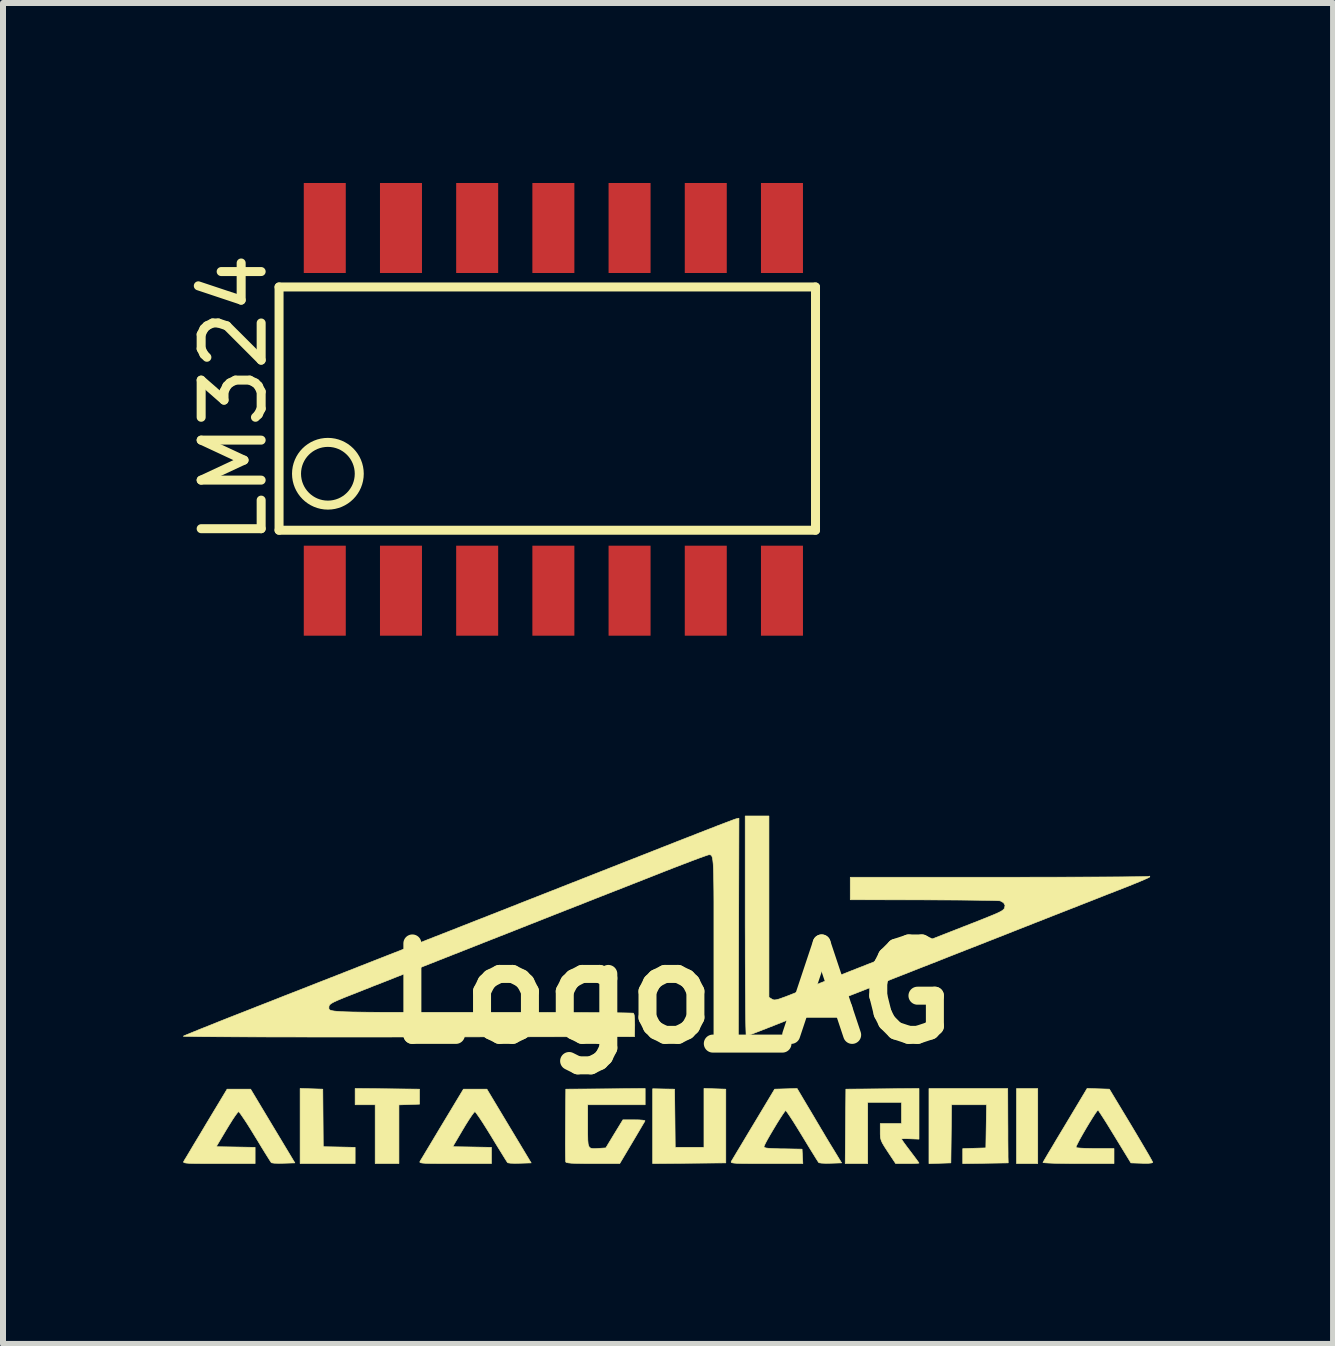
<source format=kicad_pcb>
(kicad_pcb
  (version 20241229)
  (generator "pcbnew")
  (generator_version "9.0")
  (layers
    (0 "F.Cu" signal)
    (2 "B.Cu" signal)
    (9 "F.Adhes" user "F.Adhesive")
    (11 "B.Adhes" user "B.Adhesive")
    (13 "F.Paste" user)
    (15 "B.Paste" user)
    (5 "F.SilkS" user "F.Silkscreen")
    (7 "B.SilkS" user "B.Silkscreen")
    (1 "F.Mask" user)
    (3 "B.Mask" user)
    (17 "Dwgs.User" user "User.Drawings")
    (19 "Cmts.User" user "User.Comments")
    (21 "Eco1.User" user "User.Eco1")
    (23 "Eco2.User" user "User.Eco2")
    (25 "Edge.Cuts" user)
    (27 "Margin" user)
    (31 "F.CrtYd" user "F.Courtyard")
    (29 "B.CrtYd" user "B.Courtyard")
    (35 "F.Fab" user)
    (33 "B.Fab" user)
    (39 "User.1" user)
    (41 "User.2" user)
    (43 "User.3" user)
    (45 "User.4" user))
  (footprint "LM324"
    (layer "F.Cu")
    (at 6.173 3.595)
    (property "Reference" "LM324" (at -5.325 0 90) (layer "F.SilkS") (effects (font (size 1 1) (thickness 0.15))))
    (attr through_hole)
    (fp_line (start -4.572 -1.862) (end -4.572 2.192) (stroke (width 0.15) (type solid)) (layer "F.SilkS"))
    (fp_line (start -4.572 2.192) (end 4.369 2.192) (stroke (width 0.15) (type solid)) (layer "F.SilkS"))
    (fp_line (start 4.369 -1.862) (end -4.572 -1.862) (stroke (width 0.15) (type solid)) (layer "F.SilkS"))
    (fp_line (start 4.369 2.192) (end 4.369 -1.862) (stroke (width 0.15) (type solid)) (layer "F.SilkS"))
    (fp_circle (center -3.758 1.251) (end -4.215 1.505) (stroke (width 0.15) (type solid)) (fill no) (layer "F.SilkS"))
    (pad "1" smd rect (at -3.81 3.2 90) (size 1.5 0.7) (layers "F.Cu" "F.Mask" "F.Paste"))
    (pad "2" smd rect (at -2.54 3.2 90) (size 1.5 0.7) (layers "F.Cu" "F.Mask" "F.Paste"))
    (pad "3" smd rect (at -1.27 3.2 90) (size 1.5 0.7) (layers "F.Cu" "F.Mask" "F.Paste"))
    (pad "4" smd rect (at 0 3.2 90) (size 1.5 0.7) (layers "F.Cu" "F.Mask" "F.Paste"))
    (pad "5" smd rect (at 1.27 3.2 90) (size 1.5 0.7) (layers "F.Cu" "F.Mask" "F.Paste"))
    (pad "6" smd rect (at 2.54 3.2 90) (size 1.5 0.7) (layers "F.Cu" "F.Mask" "F.Paste"))
    (pad "7" smd rect (at 3.81 3.2 90) (size 1.5 0.7) (layers "F.Cu" "F.Mask" "F.Paste"))
    (pad "8" smd rect (at 3.81 -2.845 90) (size 1.5 0.7) (layers "F.Cu" "F.Mask" "F.Paste"))
    (pad "9" smd rect (at 2.54 -2.845 90) (size 1.5 0.7) (layers "F.Cu" "F.Mask" "F.Paste"))
    (pad "10" smd rect (at 1.27 -2.845 90) (size 1.5 0.7) (layers "F.Cu" "F.Mask" "F.Paste"))
    (pad "11" smd rect (at 0 -2.845 90) (size 1.5 0.7) (layers "F.Cu" "F.Mask" "F.Paste"))
    (pad "12" smd rect (at -1.27 -2.845 90) (size 1.5 0.7) (layers "F.Cu" "F.Mask" "F.Paste"))
    (pad "13" smd rect (at -2.54 -2.845 90) (size 1.5 0.7) (layers "F.Cu" "F.Mask" "F.Paste"))
    (pad "14" smd rect (at -3.81 -2.845 90) (size 1.5 0.7) (layers "F.Cu" "F.Mask" "F.Paste")))
  (footprint "Logo_AG"
    (layer "F.Cu")
    (at 8.141 13.509)
    (property "Reference" "Logo_AG" (at 0 0 0) (layer "F.SilkS") (effects (font (size 1.524 1.524) (thickness 0.3))))
    (attr through_hole)
    (fp_poly (pts (xy 6.105 2.834) (xy 5.751 2.834) (xy 5.751 1.584) (xy 6.105 1.584) (xy 6.105 2.834)) (stroke (width 0.01) (type solid)) (fill yes) (layer "F.SilkS"))
    (fp_poly (pts (xy -6 1.588) (xy -5.811 1.594) (xy -5.807 2.073) (xy -5.803 2.553) (xy -5.537 2.558) (xy -5.272 2.564) (xy -5.272 2.834) (xy -6.189 2.834) (xy -6.189 1.582) (xy -6 1.588)) (stroke (width 0.01) (type solid)) (fill yes) (layer "F.SilkS"))
    (fp_poly (pts (xy -4.735 1.588) (xy -4.199 1.594) (xy -4.199 1.844) (xy -4.371 1.85) (xy -4.542 1.856) (xy -4.542 2.834) (xy -4.938 2.834) (xy -4.938 1.854) (xy -5.272 1.854) (xy -5.272 1.583) (xy -4.735 1.588)) (stroke (width 0.01) (type solid)) (fill yes) (layer "F.SilkS"))
    (fp_poly (pts (xy 0.724 1.588) (xy 0.906 1.594) (xy 0.906 2.823) (xy -0.313 2.834) (xy -0.313 1.587) (xy -0.13 1.591) (xy 0.052 1.594) (xy 0.058 2.078) (xy 0.063 2.563) (xy 0.542 2.563) (xy 0.542 1.582) (xy 0.724 1.588)) (stroke (width 0.01) (type solid)) (fill yes) (layer "F.SilkS"))
    (fp_poly (pts (xy 5.607 2.136) (xy 5.608 2.287) (xy 5.608 2.428) (xy 5.609 2.551) (xy 5.61 2.652) (xy 5.61 2.723) (xy 5.611 2.756) (xy 5.613 2.823) (xy 5.234 2.829) (xy 4.855 2.835) (xy 4.855 2.585) (xy 5.24 2.573) (xy 5.246 2.214) (xy 5.252 1.854) (xy 4.668 1.854) (xy 4.663 2.339) (xy 4.657 2.823) (xy 4.475 2.829) (xy 4.292 2.835) (xy 4.292 1.584) (xy 5.605 1.584) (xy 5.607 2.136)) (stroke (width 0.01) (type solid)) (fill yes) (layer "F.SilkS"))
    (fp_poly (pts (xy 4.126 2.427) (xy 3.98 2.421) (xy 3.908 2.419) (xy 3.856 2.42) (xy 3.834 2.424) (xy 3.834 2.425) (xy 3.846 2.445) (xy 3.878 2.491) (xy 3.926 2.556) (xy 3.98 2.627) (xy 4.037 2.703) (xy 4.084 2.766) (xy 4.115 2.809) (xy 4.126 2.826) (xy 4.106 2.829) (xy 4.055 2.832) (xy 3.979 2.834) (xy 3.931 2.834) (xy 3.737 2.834) (xy 3.608 2.64) (xy 3.552 2.554) (xy 3.515 2.492) (xy 3.494 2.444) (xy 3.483 2.399) (xy 3.48 2.346) (xy 3.48 2.306) (xy 3.48 2.167) (xy 3.834 2.167) (xy 3.834 1.813) (xy 3.271 1.813) (xy 3.271 2.834) (xy 2.896 2.834) (xy 2.907 1.594) (xy 4.126 1.583) (xy 4.126 2.427)) (stroke (width 0.01) (type solid)) (fill yes) (layer "F.SilkS"))
    (fp_poly (pts (xy -0.438 1.854) (xy -1.396 1.854) (xy -1.396 2.208) (xy -1.396 2.344) (xy -1.394 2.443) (xy -1.388 2.511) (xy -1.373 2.554) (xy -1.348 2.577) (xy -1.31 2.585) (xy -1.255 2.584) (xy -1.197 2.58) (xy -1.094 2.573) (xy -0.952 2.339) (xy -0.809 2.105) (xy -0.622 2.105) (xy -0.54 2.106) (xy -0.478 2.111) (xy -0.444 2.118) (xy -0.441 2.122) (xy -0.453 2.144) (xy -0.484 2.196) (xy -0.529 2.273) (xy -0.585 2.368) (xy -0.649 2.476) (xy -0.655 2.486) (xy -0.862 2.834) (xy -1.307 2.834) (xy -1.463 2.833) (xy -1.582 2.831) (xy -1.667 2.828) (xy -1.723 2.822) (xy -1.753 2.815) (xy -1.762 2.807) (xy -1.764 2.781) (xy -1.766 2.717) (xy -1.767 2.624) (xy -1.768 2.505) (xy -1.767 2.367) (xy -1.766 2.215) (xy -1.766 2.188) (xy -1.761 1.594) (xy -1.099 1.589) (xy -0.438 1.583) (xy -0.438 1.854)) (stroke (width 0.01) (type solid)) (fill yes) (layer "F.SilkS"))
    (fp_poly (pts (xy -6.645 2.209) (xy -6.276 2.823) (xy -6.465 2.829) (xy -6.55 2.83) (xy -6.619 2.828) (xy -6.661 2.822) (xy -6.669 2.819) (xy -6.684 2.797) (xy -6.717 2.745) (xy -6.766 2.667) (xy -6.826 2.57) (xy -6.894 2.457) (xy -6.938 2.386) (xy -7.01 2.268) (xy -7.076 2.163) (xy -7.134 2.076) (xy -7.178 2.012) (xy -7.207 1.975) (xy -7.215 1.969) (xy -7.233 1.986) (xy -7.268 2.033) (xy -7.316 2.104) (xy -7.372 2.194) (xy -7.413 2.261) (xy -7.587 2.553) (xy -7.263 2.558) (xy -6.939 2.564) (xy -6.939 2.834) (xy -7.544 2.834) (xy -7.718 2.834) (xy -7.855 2.833) (xy -7.959 2.832) (xy -8.034 2.83) (xy -8.085 2.826) (xy -8.115 2.821) (xy -8.129 2.815) (xy -8.132 2.806) (xy -8.128 2.797) (xy -8.113 2.771) (xy -8.078 2.714) (xy -8.028 2.63) (xy -7.965 2.524) (xy -7.89 2.4) (xy -7.808 2.263) (xy -7.757 2.177) (xy -7.406 1.594) (xy -7.014 1.594) (xy -6.645 2.209)) (stroke (width 0.01) (type solid)) (fill yes) (layer "F.SilkS"))
    (fp_poly (pts (xy -2.707 2.209) (xy -2.338 2.823) (xy -2.527 2.829) (xy -2.612 2.83) (xy -2.681 2.828) (xy -2.723 2.822) (xy -2.731 2.819) (xy -2.746 2.797) (xy -2.779 2.745) (xy -2.827 2.667) (xy -2.887 2.57) (xy -2.956 2.457) (xy -2.999 2.386) (xy -3.072 2.268) (xy -3.138 2.163) (xy -3.195 2.076) (xy -3.24 2.012) (xy -3.268 1.975) (xy -3.276 1.969) (xy -3.294 1.986) (xy -3.329 2.033) (xy -3.377 2.105) (xy -3.433 2.194) (xy -3.473 2.261) (xy -3.645 2.553) (xy -3.323 2.558) (xy -3 2.564) (xy -3 2.834) (xy -3.605 2.834) (xy -3.78 2.834) (xy -3.917 2.833) (xy -4.021 2.832) (xy -4.096 2.83) (xy -4.147 2.826) (xy -4.177 2.821) (xy -4.191 2.815) (xy -4.194 2.806) (xy -4.19 2.797) (xy -4.175 2.771) (xy -4.14 2.714) (xy -4.09 2.63) (xy -4.026 2.524) (xy -3.952 2.4) (xy -3.87 2.263) (xy -3.818 2.177) (xy -3.467 1.594) (xy -3.076 1.594) (xy -2.707 2.209)) (stroke (width 0.01) (type solid)) (fill yes) (layer "F.SilkS"))
    (fp_poly (pts (xy 7.114 1.588) (xy 7.299 1.594) (xy 7.661 2.194) (xy 7.747 2.338) (xy 7.825 2.47) (xy 7.894 2.587) (xy 7.951 2.684) (xy 7.992 2.757) (xy 8.017 2.803) (xy 8.022 2.815) (xy 8.002 2.824) (xy 7.948 2.83) (xy 7.865 2.83) (xy 7.84 2.829) (xy 7.658 2.823) (xy 7.391 2.386) (xy 7.317 2.265) (xy 7.25 2.156) (xy 7.192 2.065) (xy 7.147 1.996) (xy 7.119 1.954) (xy 7.11 1.943) (xy 7.094 1.958) (xy 7.062 2.002) (xy 7.019 2.069) (xy 6.968 2.151) (xy 6.914 2.241) (xy 6.861 2.332) (xy 6.813 2.417) (xy 6.775 2.489) (xy 6.749 2.541) (xy 6.742 2.565) (xy 6.742 2.565) (xy 6.766 2.572) (xy 6.824 2.577) (xy 6.908 2.581) (xy 7.012 2.583) (xy 7.065 2.584) (xy 7.376 2.584) (xy 7.376 2.834) (xy 6.781 2.834) (xy 6.628 2.833) (xy 6.491 2.831) (xy 6.374 2.829) (xy 6.281 2.825) (xy 6.219 2.821) (xy 6.193 2.817) (xy 6.192 2.816) (xy 6.204 2.794) (xy 6.235 2.741) (xy 6.282 2.661) (xy 6.344 2.558) (xy 6.416 2.436) (xy 6.498 2.3) (xy 6.564 2.19) (xy 6.928 1.582) (xy 7.114 1.588)) (stroke (width 0.01) (type solid)) (fill yes) (layer "F.SilkS"))
    (fp_poly (pts (xy 2.25 1.846) (xy 2.314 1.953) (xy 2.377 2.059) (xy 2.433 2.154) (xy 2.476 2.226) (xy 2.482 2.237) (xy 2.524 2.307) (xy 2.579 2.4) (xy 2.641 2.503) (xy 2.697 2.594) (xy 2.836 2.823) (xy 2.654 2.829) (xy 2.571 2.83) (xy 2.503 2.827) (xy 2.462 2.821) (xy 2.455 2.818) (xy 2.44 2.796) (xy 2.406 2.743) (xy 2.358 2.665) (xy 2.297 2.567) (xy 2.228 2.453) (xy 2.18 2.374) (xy 2.107 2.255) (xy 2.041 2.149) (xy 1.984 2.061) (xy 1.94 1.996) (xy 1.912 1.958) (xy 1.904 1.95) (xy 1.887 1.968) (xy 1.854 2.015) (xy 1.809 2.084) (xy 1.757 2.167) (xy 1.703 2.257) (xy 1.65 2.346) (xy 1.603 2.428) (xy 1.567 2.495) (xy 1.546 2.54) (xy 1.542 2.553) (xy 1.549 2.565) (xy 1.574 2.574) (xy 1.623 2.58) (xy 1.701 2.584) (xy 1.813 2.588) (xy 1.86 2.588) (xy 2.177 2.594) (xy 2.19 2.834) (xy 1.584 2.834) (xy 1.409 2.834) (xy 1.272 2.833) (xy 1.168 2.832) (xy 1.093 2.83) (xy 1.042 2.826) (xy 1.012 2.821) (xy 0.997 2.815) (xy 0.995 2.806) (xy 0.998 2.797) (xy 1.014 2.771) (xy 1.048 2.714) (xy 1.098 2.63) (xy 1.162 2.524) (xy 1.236 2.4) (xy 1.318 2.263) (xy 1.37 2.177) (xy 1.72 1.594) (xy 2.094 1.583) (xy 2.25 1.846)) (stroke (width 0.01) (type solid)) (fill yes) (layer "F.SilkS"))
    (fp_poly (pts (xy 1.625 0.062) (xy 1.674 0.093) (xy 1.693 0.103) (xy 1.715 0.107) (xy 1.746 0.104) (xy 1.793 0.092) (xy 1.86 0.068) (xy 1.954 0.033) (xy 2.079 -0.017) (xy 2.096 -0.023) (xy 2.238 -0.079) (xy 2.392 -0.14) (xy 2.543 -0.199) (xy 2.677 -0.253) (xy 2.75 -0.281) (xy 2.863 -0.325) (xy 3.001 -0.38) (xy 3.154 -0.44) (xy 3.309 -0.501) (xy 3.438 -0.552) (xy 3.556 -0.599) (xy 3.663 -0.641) (xy 3.764 -0.681) (xy 3.866 -0.721) (xy 3.972 -0.762) (xy 4.089 -0.808) (xy 4.221 -0.86) (xy 4.374 -0.92) (xy 4.552 -0.99) (xy 4.762 -1.072) (xy 4.876 -1.117) (xy 5.051 -1.185) (xy 5.191 -1.241) (xy 5.301 -1.285) (xy 5.384 -1.319) (xy 5.445 -1.346) (xy 5.487 -1.367) (xy 5.515 -1.384) (xy 5.533 -1.399) (xy 5.546 -1.414) (xy 5.551 -1.422) (xy 5.56 -1.47) (xy 5.535 -1.514) (xy 5.48 -1.544) (xy 5.478 -1.545) (xy 5.449 -1.547) (xy 5.381 -1.55) (xy 5.28 -1.552) (xy 5.148 -1.554) (xy 4.991 -1.556) (xy 4.81 -1.558) (xy 4.611 -1.559) (xy 4.398 -1.56) (xy 4.204 -1.561) (xy 2.98 -1.563) (xy 2.98 -1.938) (xy 5.433 -1.938) (xy 5.75 -1.938) (xy 6.057 -1.939) (xy 6.349 -1.939) (xy 6.625 -1.94) (xy 6.882 -1.941) (xy 7.118 -1.942) (xy 7.329 -1.943) (xy 7.513 -1.944) (xy 7.668 -1.946) (xy 7.79 -1.947) (xy 7.878 -1.949) (xy 7.928 -1.95) (xy 7.939 -1.951) (xy 7.973 -1.956) (xy 7.971 -1.944) (xy 7.97 -1.942) (xy 7.945 -1.928) (xy 7.887 -1.902) (xy 7.803 -1.866) (xy 7.698 -1.823) (xy 7.579 -1.775) (xy 7.553 -1.765) (xy 7.415 -1.711) (xy 7.255 -1.649) (xy 7.071 -1.576) (xy 6.859 -1.493) (xy 6.62 -1.399) (xy 6.349 -1.293) (xy 6.044 -1.173) (xy 5.704 -1.039) (xy 5.553 -0.979) (xy 5.428 -0.93) (xy 5.275 -0.87) (xy 5.103 -0.802) (xy 4.923 -0.732) (xy 4.745 -0.662) (xy 4.615 -0.611) (xy 4.452 -0.546) (xy 4.283 -0.48) (xy 4.119 -0.416) (xy 3.968 -0.356) (xy 3.838 -0.305) (xy 3.751 -0.271) (xy 3.652 -0.232) (xy 3.522 -0.181) (xy 3.371 -0.122) (xy 3.204 -0.056) (xy 3.032 0.011) (xy 2.862 0.078) (xy 2.834 0.089) (xy 2.652 0.16) (xy 2.455 0.238) (xy 2.254 0.317) (xy 2.06 0.393) (xy 1.883 0.463) (xy 1.742 0.519) (xy 1.609 0.571) (xy 1.489 0.618) (xy 1.388 0.657) (xy 1.31 0.687) (xy 1.261 0.704) (xy 1.247 0.708) (xy 1.244 0.688) (xy 1.242 0.629) (xy 1.239 0.534) (xy 1.237 0.407) (xy 1.235 0.249) (xy 1.234 0.065) (xy 1.232 -0.143) (xy 1.231 -0.371) (xy 1.23 -0.618) (xy 1.23 -0.88) (xy 1.229 -1.125) (xy 1.229 -2.959) (xy 1.625 -2.959) (xy 1.625 0.062)) (stroke (width 0.01) (type solid)) (fill yes) (layer "F.SilkS"))
    (fp_poly (pts (xy 1.12 -1.102) (xy 1.115 0.719) (xy 0.708 0.731) (xy 0.708 -0.766) (xy 0.708 -1.057) (xy 0.708 -1.308) (xy 0.708 -1.524) (xy 0.707 -1.706) (xy 0.705 -1.858) (xy 0.703 -1.982) (xy 0.7 -2.081) (xy 0.696 -2.158) (xy 0.69 -2.216) (xy 0.684 -2.257) (xy 0.675 -2.285) (xy 0.665 -2.301) (xy 0.653 -2.31) (xy 0.639 -2.313) (xy 0.623 -2.313) (xy 0.623 -2.313) (xy 0.597 -2.305) (xy 0.536 -2.284) (xy 0.445 -2.251) (xy 0.328 -2.207) (xy 0.189 -2.154) (xy 0.033 -2.094) (xy -0.136 -2.028) (xy -0.211 -1.998) (xy -0.397 -1.925) (xy -0.582 -1.852) (xy -0.76 -1.782) (xy -0.926 -1.717) (xy -1.072 -1.66) (xy -1.192 -1.613) (xy -1.281 -1.578) (xy -1.292 -1.573) (xy -1.362 -1.546) (xy -1.467 -1.504) (xy -1.603 -1.451) (xy -1.768 -1.386) (xy -1.957 -1.312) (xy -2.166 -1.229) (xy -2.392 -1.14) (xy -2.632 -1.045) (xy -2.882 -0.947) (xy -3.138 -0.846) (xy -3.396 -0.744) (xy -3.653 -0.643) (xy -3.906 -0.543) (xy -4.15 -0.447) (xy -4.382 -0.356) (xy -4.599 -0.27) (xy -4.796 -0.192) (xy -4.971 -0.124) (xy -5.119 -0.065) (xy -5.237 -0.018) (xy -5.321 0.015) (xy -5.332 0.019) (xy -5.463 0.071) (xy -5.559 0.111) (xy -5.627 0.142) (xy -5.671 0.167) (xy -5.696 0.188) (xy -5.707 0.208) (xy -5.709 0.227) (xy -5.709 0.24) (xy -5.709 0.251) (xy -5.706 0.262) (xy -5.697 0.271) (xy -5.682 0.279) (xy -5.657 0.286) (xy -5.621 0.292) (xy -5.571 0.297) (xy -5.505 0.302) (xy -5.422 0.305) (xy -5.318 0.308) (xy -5.191 0.31) (xy -5.04 0.312) (xy -4.862 0.313) (xy -4.656 0.313) (xy -4.418 0.314) (xy -4.147 0.314) (xy -3.841 0.314) (xy -3.496 0.314) (xy -3.165 0.314) (xy -2.845 0.314) (xy -2.536 0.314) (xy -2.242 0.314) (xy -1.964 0.315) (xy -1.705 0.316) (xy -1.468 0.317) (xy -1.255 0.318) (xy -1.069 0.32) (xy -0.913 0.321) (xy -0.789 0.323) (xy -0.699 0.325) (xy -0.647 0.327) (xy -0.633 0.328) (xy -0.621 0.357) (xy -0.614 0.423) (xy -0.612 0.519) (xy -0.612 0.531) (xy -0.615 0.719) (xy -4.385 0.724) (xy -4.803 0.725) (xy -5.205 0.725) (xy -5.589 0.725) (xy -5.953 0.725) (xy -6.295 0.724) (xy -6.614 0.724) (xy -6.907 0.723) (xy -7.174 0.722) (xy -7.412 0.721) (xy -7.619 0.72) (xy -7.794 0.719) (xy -7.935 0.717) (xy -8.04 0.715) (xy -8.107 0.714) (xy -8.135 0.712) (xy -8.136 0.711) (xy -8.113 0.7) (xy -8.055 0.676) (xy -7.965 0.639) (xy -7.847 0.591) (xy -7.703 0.534) (xy -7.537 0.467) (xy -7.353 0.394) (xy -7.153 0.316) (xy -6.942 0.233) (xy -6.918 0.223) (xy -6.707 0.141) (xy -6.462 0.044) (xy -6.185 -0.064) (xy -5.88 -0.184) (xy -5.55 -0.313) (xy -5.2 -0.451) (xy -4.833 -0.595) (xy -4.453 -0.744) (xy -4.063 -0.898) (xy -3.667 -1.053) (xy -3.268 -1.21) (xy -2.87 -1.366) (xy -2.478 -1.521) (xy -2.093 -1.672) (xy -1.72 -1.819) (xy -1.364 -1.959) (xy -1.026 -2.092) (xy -0.711 -2.216) (xy -0.423 -2.329) (xy -0.165 -2.431) (xy 0.06 -2.519) (xy 0.104 -2.537) (xy 0.292 -2.61) (xy 0.468 -2.679) (xy 0.63 -2.742) (xy 0.773 -2.798) (xy 0.894 -2.844) (xy 0.987 -2.879) (xy 1.05 -2.903) (xy 1.078 -2.912) (xy 1.125 -2.922) (xy 1.12 -1.102)) (stroke (width 0.01) (type solid)) (fill yes) (layer "F.SilkS")))
  (gr_rect
    (start -3 -3)
    (end 19.168 19.349)
    (stroke (width 0.1) (type default))
    (fill no)
    (layer "Edge.Cuts")))
</source>
